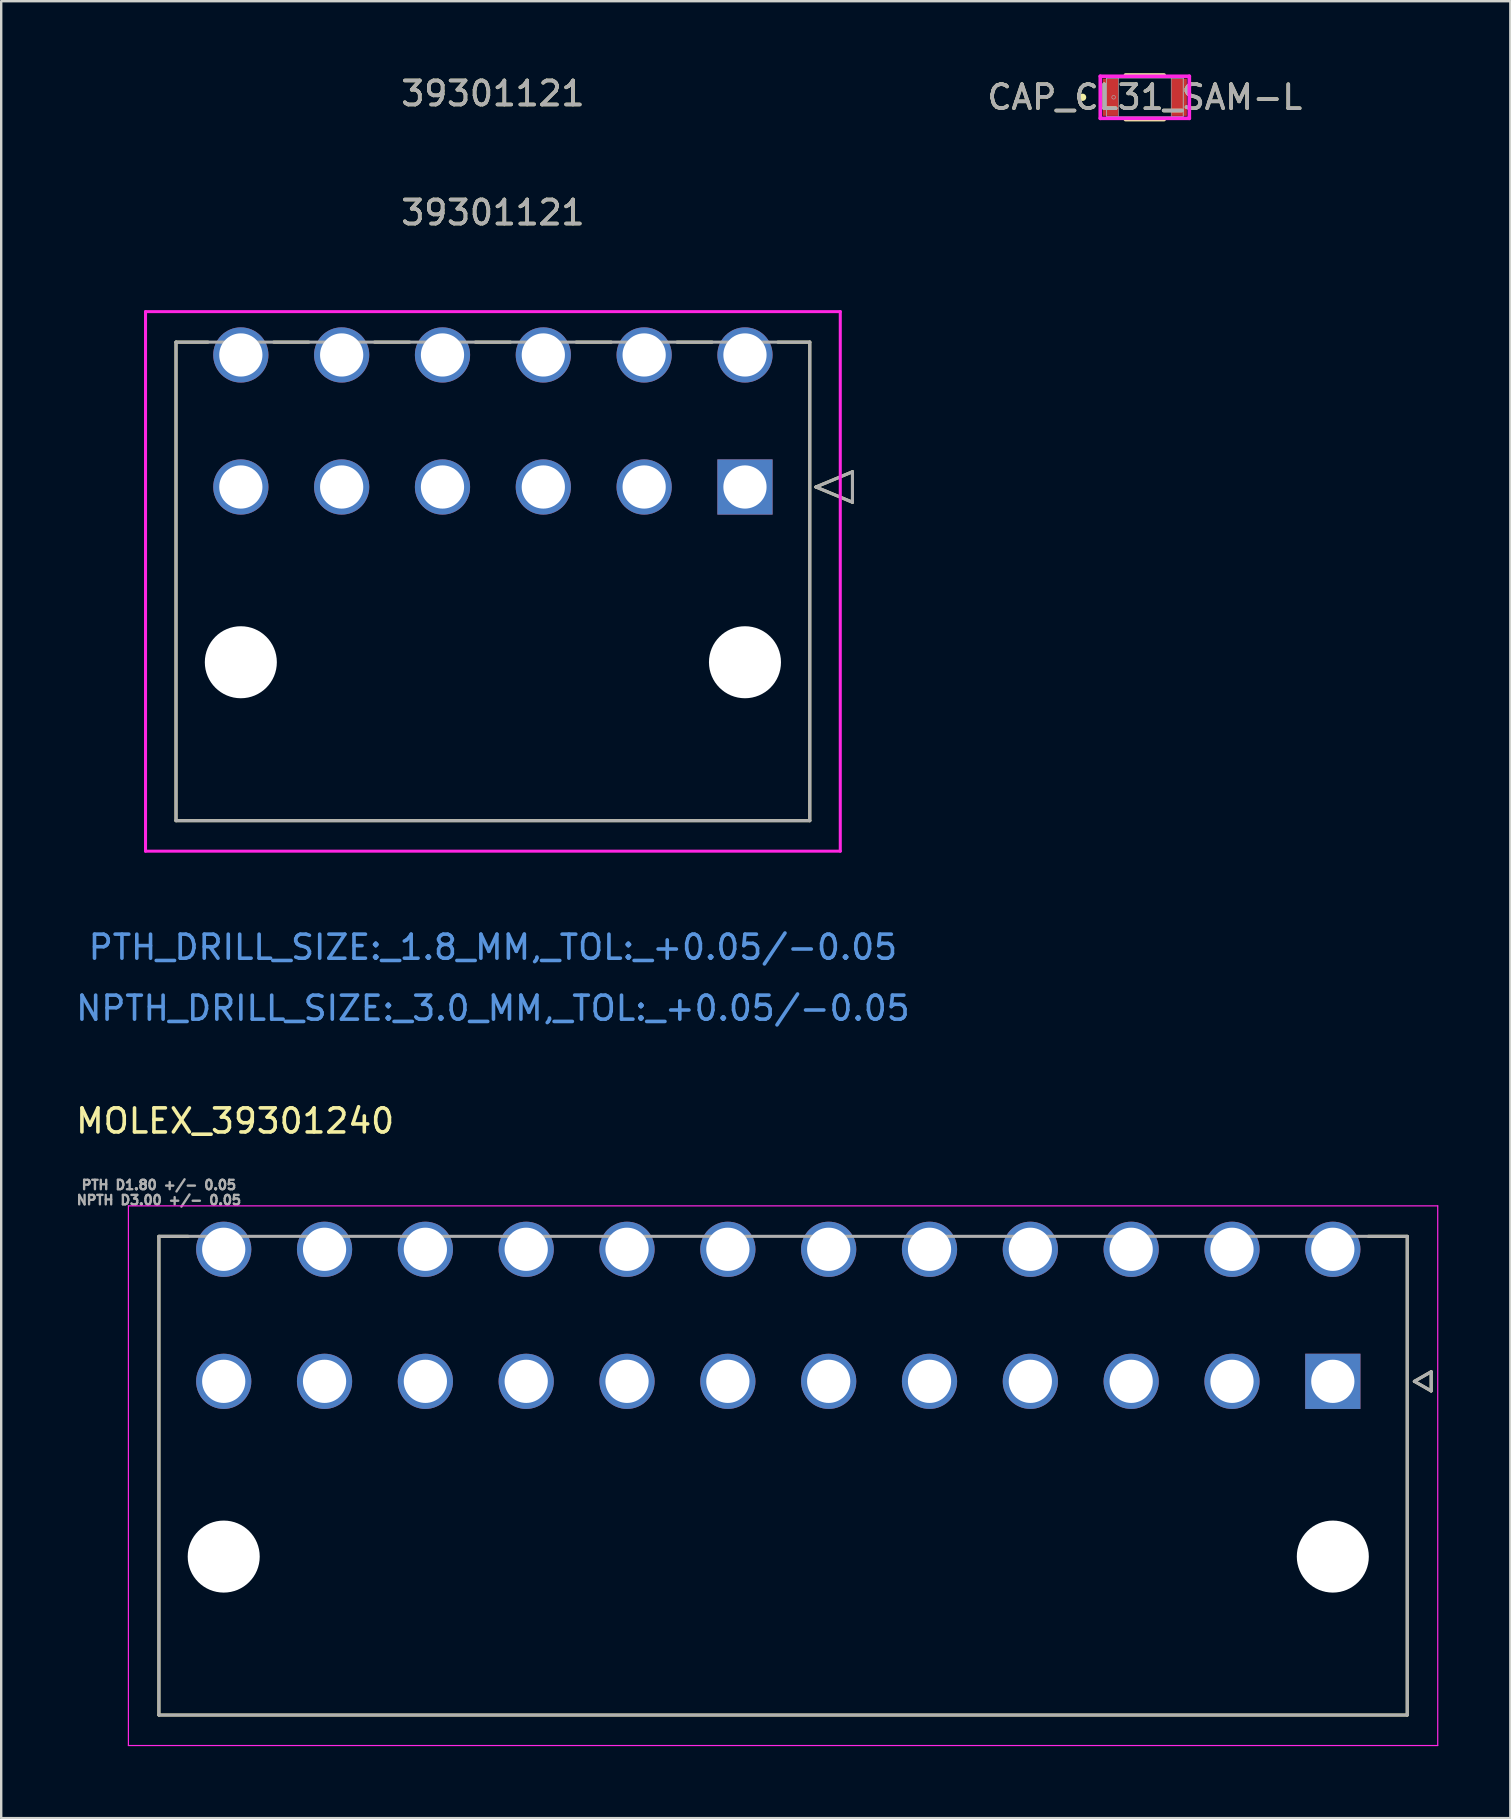
<source format=kicad_pcb>
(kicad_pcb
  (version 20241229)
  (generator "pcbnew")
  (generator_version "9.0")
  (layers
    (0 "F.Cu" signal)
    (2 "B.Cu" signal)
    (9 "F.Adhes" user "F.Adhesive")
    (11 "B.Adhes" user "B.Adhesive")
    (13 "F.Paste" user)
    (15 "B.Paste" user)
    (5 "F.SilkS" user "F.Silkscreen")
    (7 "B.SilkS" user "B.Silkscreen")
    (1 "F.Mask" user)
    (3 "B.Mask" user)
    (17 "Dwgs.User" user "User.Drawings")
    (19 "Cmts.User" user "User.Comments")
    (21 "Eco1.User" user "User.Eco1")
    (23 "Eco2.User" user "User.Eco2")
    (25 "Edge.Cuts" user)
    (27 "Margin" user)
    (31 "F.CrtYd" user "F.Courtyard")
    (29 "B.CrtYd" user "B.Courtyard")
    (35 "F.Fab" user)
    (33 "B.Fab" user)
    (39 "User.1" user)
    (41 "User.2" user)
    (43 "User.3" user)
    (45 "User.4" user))
  (footprint "MOLEX_39301240"
    (layer "F.Cu")
    (at 52.469 54.49)
    (property "Reference" "MOLEX_39301240" (at -45.725 -10.845 0) (layer "F.SilkS") (effects (font (size 1 1) (thickness 0.15))))
    (attr through_hole)
    (fp_circle (center -46.2 -5.5) (end -45.587 -5.5) (stroke (width 1.226) (type solid)) (fill no) (layer "F.Mask"))
    (fp_circle (center -46.2 0) (end -45.587 0) (stroke (width 1.226) (type solid)) (fill no) (layer "F.Mask"))
    (fp_circle (center -46.2 7.3) (end -45.412 7.3) (stroke (width 1.576) (type solid)) (fill no) (layer "F.Mask"))
    (fp_circle (center -42 -5.5) (end -41.387 -5.5) (stroke (width 1.226) (type solid)) (fill no) (layer "F.Mask"))
    (fp_circle (center -42 0) (end -41.387 0) (stroke (width 1.226) (type solid)) (fill no) (layer "F.Mask"))
    (fp_circle (center -37.8 -5.5) (end -37.187 -5.5) (stroke (width 1.226) (type solid)) (fill no) (layer "F.Mask"))
    (fp_circle (center -37.8 0) (end -37.187 0) (stroke (width 1.226) (type solid)) (fill no) (layer "F.Mask"))
    (fp_circle (center -33.6 -5.5) (end -32.987 -5.5) (stroke (width 1.226) (type solid)) (fill no) (layer "F.Mask"))
    (fp_circle (center -33.6 0) (end -32.987 0) (stroke (width 1.226) (type solid)) (fill no) (layer "F.Mask"))
    (fp_circle (center -29.4 -5.5) (end -28.787 -5.5) (stroke (width 1.226) (type solid)) (fill no) (layer "F.Mask"))
    (fp_circle (center -29.4 0) (end -28.787 0) (stroke (width 1.226) (type solid)) (fill no) (layer "F.Mask"))
    (fp_circle (center -25.2 -5.5) (end -24.587 -5.5) (stroke (width 1.226) (type solid)) (fill no) (layer "F.Mask"))
    (fp_circle (center -25.2 0) (end -24.587 0) (stroke (width 1.226) (type solid)) (fill no) (layer "F.Mask"))
    (fp_circle (center -21 -5.5) (end -20.387 -5.5) (stroke (width 1.226) (type solid)) (fill no) (layer "F.Mask"))
    (fp_circle (center -21 0) (end -20.387 0) (stroke (width 1.226) (type solid)) (fill no) (layer "F.Mask"))
    (fp_circle (center -16.8 -5.5) (end -16.187 -5.5) (stroke (width 1.226) (type solid)) (fill no) (layer "F.Mask"))
    (fp_circle (center -16.8 0) (end -16.187 0) (stroke (width 1.226) (type solid)) (fill no) (layer "F.Mask"))
    (fp_circle (center -12.6 -5.5) (end -11.987 -5.5) (stroke (width 1.226) (type solid)) (fill no) (layer "F.Mask"))
    (fp_circle (center -12.6 0) (end -11.987 0) (stroke (width 1.226) (type solid)) (fill no) (layer "F.Mask"))
    (fp_circle (center -8.4 -5.5) (end -7.787 -5.5) (stroke (width 1.226) (type solid)) (fill no) (layer "F.Mask"))
    (fp_circle (center -8.4 0) (end -7.787 0) (stroke (width 1.226) (type solid)) (fill no) (layer "F.Mask"))
    (fp_circle (center -4.2 -5.5) (end -3.587 -5.5) (stroke (width 1.226) (type solid)) (fill no) (layer "F.Mask"))
    (fp_circle (center -4.2 0) (end -3.587 0) (stroke (width 1.226) (type solid)) (fill no) (layer "F.Mask"))
    (fp_circle (center 0 -5.5) (end 0.613 -5.5) (stroke (width 1.226) (type solid)) (fill no) (layer "F.Mask"))
    (fp_circle (center 0 7.3) (end 0.788 7.3) (stroke (width 1.576) (type solid)) (fill no) (layer "F.Mask"))
    (fp_poly (pts (xy -1.226 -1.226) (xy 1.226 -1.226) (xy 1.226 1.226) (xy -1.226 1.226)) (stroke (width 0.01) (type solid)) (fill yes) (layer "F.Mask"))
    (fp_circle (center -46.2 -5.5) (end -45.587 -5.5) (stroke (width 1.226) (type solid)) (fill no) (layer "B.Mask"))
    (fp_circle (center -46.2 0) (end -45.587 0) (stroke (width 1.226) (type solid)) (fill no) (layer "B.Mask"))
    (fp_circle (center -46.2 7.3) (end -45.412 7.3) (stroke (width 1.576) (type solid)) (fill no) (layer "B.Mask"))
    (fp_circle (center -42 -5.5) (end -41.387 -5.5) (stroke (width 1.226) (type solid)) (fill no) (layer "B.Mask"))
    (fp_circle (center -42 0) (end -41.387 0) (stroke (width 1.226) (type solid)) (fill no) (layer "B.Mask"))
    (fp_circle (center -37.8 -5.5) (end -37.187 -5.5) (stroke (width 1.226) (type solid)) (fill no) (layer "B.Mask"))
    (fp_circle (center -37.8 0) (end -37.187 0) (stroke (width 1.226) (type solid)) (fill no) (layer "B.Mask"))
    (fp_circle (center -33.6 -5.5) (end -32.987 -5.5) (stroke (width 1.226) (type solid)) (fill no) (layer "B.Mask"))
    (fp_circle (center -33.6 0) (end -32.987 0) (stroke (width 1.226) (type solid)) (fill no) (layer "B.Mask"))
    (fp_circle (center -29.4 -5.5) (end -28.787 -5.5) (stroke (width 1.226) (type solid)) (fill no) (layer "B.Mask"))
    (fp_circle (center -29.4 0) (end -28.787 0) (stroke (width 1.226) (type solid)) (fill no) (layer "B.Mask"))
    (fp_circle (center -25.2 -5.5) (end -24.587 -5.5) (stroke (width 1.226) (type solid)) (fill no) (layer "B.Mask"))
    (fp_circle (center -25.2 0) (end -24.587 0) (stroke (width 1.226) (type solid)) (fill no) (layer "B.Mask"))
    (fp_circle (center -21 -5.5) (end -20.387 -5.5) (stroke (width 1.226) (type solid)) (fill no) (layer "B.Mask"))
    (fp_circle (center -21 0) (end -20.387 0) (stroke (width 1.226) (type solid)) (fill no) (layer "B.Mask"))
    (fp_circle (center -16.8 -5.5) (end -16.187 -5.5) (stroke (width 1.226) (type solid)) (fill no) (layer "B.Mask"))
    (fp_circle (center -16.8 0) (end -16.187 0) (stroke (width 1.226) (type solid)) (fill no) (layer "B.Mask"))
    (fp_circle (center -12.6 -5.5) (end -11.987 -5.5) (stroke (width 1.226) (type solid)) (fill no) (layer "B.Mask"))
    (fp_circle (center -12.6 0) (end -11.987 0) (stroke (width 1.226) (type solid)) (fill no) (layer "B.Mask"))
    (fp_circle (center -8.4 -5.5) (end -7.787 -5.5) (stroke (width 1.226) (type solid)) (fill no) (layer "B.Mask"))
    (fp_circle (center -8.4 0) (end -7.787 0) (stroke (width 1.226) (type solid)) (fill no) (layer "B.Mask"))
    (fp_circle (center -4.2 -5.5) (end -3.587 -5.5) (stroke (width 1.226) (type solid)) (fill no) (layer "B.Mask"))
    (fp_circle (center -4.2 0) (end -3.587 0) (stroke (width 1.226) (type solid)) (fill no) (layer "B.Mask"))
    (fp_circle (center 0 -5.5) (end 0.613 -5.5) (stroke (width 1.226) (type solid)) (fill no) (layer "B.Mask"))
    (fp_circle (center 0 7.3) (end 0.788 7.3) (stroke (width 1.576) (type solid)) (fill no) (layer "B.Mask"))
    (fp_poly (pts (xy -1.226 -1.226) (xy 1.226 -1.226) (xy 1.226 1.226) (xy -1.226 1.226)) (stroke (width 0.01) (type solid)) (fill yes) (layer "B.Mask"))
    (fp_line (start -48.9 -6.04) (end -47.676 -6.04) (stroke (width 0.127) (type solid)) (layer "F.SilkS"))
    (fp_line (start -48.9 13.9) (end -48.9 -6.04) (stroke (width 0.127) (type solid)) (layer "F.SilkS"))
    (fp_line (start 3.1 -6.04) (end 1.476 -6.04) (stroke (width 0.127) (type solid)) (layer "F.SilkS"))
    (fp_line (start 3.1 -6.04) (end 3.1 13.9) (stroke (width 0.127) (type solid)) (layer "F.SilkS"))
    (fp_line (start 3.1 13.9) (end -48.9 13.9) (stroke (width 0.127) (type solid)) (layer "F.SilkS"))
    (fp_line (start 3.397 0) (end 4.097 0.4) (stroke (width 0.127) (type solid)) (layer "F.SilkS"))
    (fp_line (start 4.097 -0.4) (end 3.397 0) (stroke (width 0.127) (type solid)) (layer "F.SilkS"))
    (fp_line (start 4.097 0.4) (end 4.097 -0.4) (stroke (width 0.127) (type solid)) (layer "F.SilkS"))
    (fp_line (start -50.17 -7.31) (end 4.37 -7.31) (stroke (width 0.05) (type solid)) (layer "F.CrtYd"))
    (fp_line (start -50.17 15.17) (end -50.17 -7.31) (stroke (width 0.05) (type solid)) (layer "F.CrtYd"))
    (fp_line (start 4.37 -7.31) (end 4.37 15.17) (stroke (width 0.05) (type solid)) (layer "F.CrtYd"))
    (fp_line (start 4.37 15.17) (end -50.17 15.17) (stroke (width 0.05) (type solid)) (layer "F.CrtYd"))
    (fp_line (start -48.9 -6.04) (end 3.1 -6.04) (stroke (width 0.127) (type solid)) (layer "F.Fab"))
    (fp_line (start -48.9 13.9) (end -48.9 -6.04) (stroke (width 0.127) (type solid)) (layer "F.Fab"))
    (fp_line (start 3.1 -6.04) (end 3.1 13.9) (stroke (width 0.127) (type solid)) (layer "F.Fab"))
    (fp_line (start 3.1 13.9) (end -48.9 13.9) (stroke (width 0.127) (type solid)) (layer "F.Fab"))
    (fp_line (start 3.397 0) (end 4.097 0.4) (stroke (width 0.127) (type solid)) (layer "F.Fab"))
    (fp_line (start 4.097 -0.4) (end 3.397 0) (stroke (width 0.127) (type solid)) (layer "F.Fab"))
    (fp_line (start 4.097 0.4) (end 4.097 -0.4) (stroke (width 0.127) (type solid)) (layer "F.Fab"))
    (fp_text user "NPTH D3.00 +/- 0.05" (at -48.9 -7.55 0) (layer "F.Fab") (effects (font (size 0.394 0.394) (thickness 0.15))))
    (fp_text user "PTH D1.80 +/- 0.05" (at -48.9 -8.18 0) (layer "F.Fab") (effects (font (size 0.394 0.394) (thickness 0.15))))
    (pad "" np_thru_hole circle (at -46.2 7.3) (size 3 3) (drill 3) (layers "*.Cu" "*.Mask"))
    (pad "" np_thru_hole circle (at 0 7.3) (size 3 3) (drill 3) (layers "*.Cu" "*.Mask"))
    (pad "1" thru_hole rect (at 0 0) (size 2.3 2.3) (drill 1.8) (layers "*.Cu"))
    (pad "2" thru_hole circle (at -4.2 0) (size 2.3 2.3) (drill 1.8) (layers "*.Cu"))
    (pad "3" thru_hole circle (at -8.4 0) (size 2.3 2.3) (drill 1.8) (layers "*.Cu"))
    (pad "4" thru_hole circle (at -12.6 0) (size 2.3 2.3) (drill 1.8) (layers "*.Cu"))
    (pad "5" thru_hole circle (at -16.8 0) (size 2.3 2.3) (drill 1.8) (layers "*.Cu"))
    (pad "6" thru_hole circle (at -21 0) (size 2.3 2.3) (drill 1.8) (layers "*.Cu"))
    (pad "7" thru_hole circle (at -25.2 0) (size 2.3 2.3) (drill 1.8) (layers "*.Cu"))
    (pad "8" thru_hole circle (at -29.4 0) (size 2.3 2.3) (drill 1.8) (layers "*.Cu"))
    (pad "9" thru_hole circle (at -33.6 0) (size 2.3 2.3) (drill 1.8) (layers "*.Cu"))
    (pad "10" thru_hole circle (at -37.8 0) (size 2.3 2.3) (drill 1.8) (layers "*.Cu"))
    (pad "11" thru_hole circle (at -42 0) (size 2.3 2.3) (drill 1.8) (layers "*.Cu"))
    (pad "12" thru_hole circle (at -46.2 0) (size 2.3 2.3) (drill 1.8) (layers "*.Cu"))
    (pad "13" thru_hole circle (at 0 -5.5) (size 2.3 2.3) (drill 1.8) (layers "*.Cu"))
    (pad "14" thru_hole circle (at -4.2 -5.5) (size 2.3 2.3) (drill 1.8) (layers "*.Cu"))
    (pad "15" thru_hole circle (at -8.4 -5.5) (size 2.3 2.3) (drill 1.8) (layers "*.Cu"))
    (pad "16" thru_hole circle (at -12.6 -5.5) (size 2.3 2.3) (drill 1.8) (layers "*.Cu"))
    (pad "17" thru_hole circle (at -16.8 -5.5) (size 2.3 2.3) (drill 1.8) (layers "*.Cu"))
    (pad "18" thru_hole circle (at -21 -5.5) (size 2.3 2.3) (drill 1.8) (layers "*.Cu"))
    (pad "19" thru_hole circle (at -25.2 -5.5) (size 2.3 2.3) (drill 1.8) (layers "*.Cu"))
    (pad "20" thru_hole circle (at -29.4 -5.5) (size 2.3 2.3) (drill 1.8) (layers "*.Cu"))
    (pad "21" thru_hole circle (at -33.6 -5.5) (size 2.3 2.3) (drill 1.8) (layers "*.Cu"))
    (pad "22" thru_hole circle (at -37.8 -5.5) (size 2.3 2.3) (drill 1.8) (layers "*.Cu"))
    (pad "23" thru_hole circle (at -42 -5.5) (size 2.3 2.3) (drill 1.8) (layers "*.Cu"))
    (pad "24" thru_hole circle (at -46.2 -5.5) (size 2.3 2.3) (drill 1.8) (layers "*.Cu")))
  (footprint "CAP_CL31_SAM-L"
    (layer "F.Cu")
    (at 44.637 1.003)
    (property "Reference" "CAP_CL31_SAM-L" (at 0 0 0) (unlocked yes) (layer "F.SilkS") (effects (font (size 1 1) (thickness 0.15))))
    (attr smd)
    (fp_line (start -0.804 0.927) (end 0.804 0.927) (stroke (width 0.152) (type solid)) (layer "F.SilkS"))
    (fp_line (start 0.804 -0.927) (end -0.804 -0.927) (stroke (width 0.152) (type solid)) (layer "F.SilkS"))
    (fp_circle (center -2.591 0) (end -2.514 0) (stroke (width 0.152) (type solid)) (fill no) (layer "F.SilkS"))
    (fp_line (start -1.854 -0.876) (end 1.854 -0.876) (stroke (width 0.152) (type solid)) (layer "F.CrtYd"))
    (fp_line (start -1.854 0.876) (end -1.854 -0.876) (stroke (width 0.152) (type solid)) (layer "F.CrtYd"))
    (fp_line (start 1.854 -0.876) (end 1.854 0.876) (stroke (width 0.152) (type solid)) (layer "F.CrtYd"))
    (fp_line (start 1.854 0.876) (end -1.854 0.876) (stroke (width 0.152) (type solid)) (layer "F.CrtYd"))
    (fp_line (start -1.6 -0.8) (end -1.6 0.8) (stroke (width 0.025) (type solid)) (layer "F.Fab"))
    (fp_line (start -1.6 -0.8) (end -1.6 0.8) (stroke (width 0.025) (type solid)) (layer "F.Fab"))
    (fp_line (start -1.6 0.8) (end -1.1 0.8) (stroke (width 0.025) (type solid)) (layer "F.Fab"))
    (fp_line (start -1.6 0.8) (end 1.6 0.8) (stroke (width 0.025) (type solid)) (layer "F.Fab"))
    (fp_line (start -1.1 -0.8) (end -1.6 -0.8) (stroke (width 0.025) (type solid)) (layer "F.Fab"))
    (fp_line (start -1.1 0.8) (end -1.1 -0.8) (stroke (width 0.025) (type solid)) (layer "F.Fab"))
    (fp_line (start 1.1 -0.8) (end 1.1 0.8) (stroke (width 0.025) (type solid)) (layer "F.Fab"))
    (fp_line (start 1.1 0.8) (end 1.6 0.8) (stroke (width 0.025) (type solid)) (layer "F.Fab"))
    (fp_line (start 1.6 -0.8) (end -1.6 -0.8) (stroke (width 0.025) (type solid)) (layer "F.Fab"))
    (fp_line (start 1.6 -0.8) (end 1.1 -0.8) (stroke (width 0.025) (type solid)) (layer "F.Fab"))
    (fp_line (start 1.6 0.8) (end 1.6 -0.8) (stroke (width 0.025) (type solid)) (layer "F.Fab"))
    (fp_line (start 1.6 0.8) (end 1.6 -0.8) (stroke (width 0.025) (type solid)) (layer "F.Fab"))
    (fp_circle (center -1.299 0) (end -1.223 0) (stroke (width 0.025) (type solid)) (fill no) (layer "F.Fab"))
    (fp_text user "${REFERENCE}" (at 0 0 0) (unlocked yes) (layer "F.Fab") (effects (font (size 1 1) (thickness 0.15))))
    (pad "1" smd rect (at -1.426 0) (size 0.652 1.549) (layers "F.Cu" "F.Mask" "F.Paste"))
    (pad "2" smd rect (at 1.426 0) (size 0.652 1.549) (layers "F.Cu" "F.Mask" "F.Paste"))
    (zone (net_name "") (layer "F.Cu") (hatch full 0.508) (connect_pads) (min_thickness 0.254) (filled_areas_thickness no) (keepout (tracks not_allowed) (vias not_allowed) (pads allowed) (copperpour not_allowed) (footprints allowed)) (placement (enabled no)) (fill) (polygon (pts (xy 43.588 0.254) (xy 45.686 0.254) (xy 45.686 1.752) (xy 43.588 1.752)))))
  (footprint "39301121"
    (layer "F.Cu")
    (at 27.982 17.236)
    (property "Reference" "39301121" (at -10.5 -11.43 0) (unlocked yes) (layer "F.SilkS") (effects (font (size 1 1) (thickness 0.15))))
    (attr through_hole)
    (fp_line (start -23.7 -6.035) (end -23.7 13.9) (stroke (width 0.127) (type solid)) (layer "F.SilkS"))
    (fp_line (start -23.7 13.9) (end 2.7 13.9) (stroke (width 0.127) (type solid)) (layer "F.SilkS"))
    (fp_line (start -22.369 -6.035) (end -23.7 -6.035) (stroke (width 0.127) (type solid)) (layer "F.SilkS"))
    (fp_line (start -18.169 -6.035) (end -19.631 -6.035) (stroke (width 0.127) (type solid)) (layer "F.SilkS"))
    (fp_line (start -13.969 -6.035) (end -15.431 -6.035) (stroke (width 0.127) (type solid)) (layer "F.SilkS"))
    (fp_line (start -9.769 -6.035) (end -11.231 -6.035) (stroke (width 0.127) (type solid)) (layer "F.SilkS"))
    (fp_line (start -5.569 -6.035) (end -7.031 -6.035) (stroke (width 0.127) (type solid)) (layer "F.SilkS"))
    (fp_line (start -1.369 -6.035) (end -2.831 -6.035) (stroke (width 0.127) (type solid)) (layer "F.SilkS"))
    (fp_line (start 2.7 -6.035) (end 1.369 -6.035) (stroke (width 0.127) (type solid)) (layer "F.SilkS"))
    (fp_line (start 2.7 13.9) (end 2.7 -6.035) (stroke (width 0.127) (type solid)) (layer "F.SilkS"))
    (fp_line (start 2.954 0) (end 4.478 -0.635) (stroke (width 0.127) (type solid)) (layer "F.SilkS"))
    (fp_line (start 4.478 -0.635) (end 4.478 0.635) (stroke (width 0.127) (type solid)) (layer "F.SilkS"))
    (fp_line (start 4.478 0.635) (end 2.954 0) (stroke (width 0.127) (type solid)) (layer "F.SilkS"))
    (fp_line (start -24.97 -7.305) (end -24.97 15.17) (stroke (width 0.127) (type solid)) (layer "F.CrtYd"))
    (fp_line (start -24.97 15.17) (end 3.97 15.17) (stroke (width 0.127) (type solid)) (layer "F.CrtYd"))
    (fp_line (start 3.97 -7.305) (end -24.97 -7.305) (stroke (width 0.127) (type solid)) (layer "F.CrtYd"))
    (fp_line (start 3.97 15.17) (end 3.97 -7.305) (stroke (width 0.127) (type solid)) (layer "F.CrtYd"))
    (fp_line (start -23.7 -6.035) (end -23.7 13.9) (stroke (width 0.127) (type solid)) (layer "F.Fab"))
    (fp_line (start -23.7 13.9) (end 2.7 13.9) (stroke (width 0.127) (type solid)) (layer "F.Fab"))
    (fp_line (start 2.7 -6.035) (end -23.7 -6.035) (stroke (width 0.127) (type solid)) (layer "F.Fab"))
    (fp_line (start 2.7 13.9) (end 2.7 -6.035) (stroke (width 0.127) (type solid)) (layer "F.Fab"))
    (fp_line (start 2.954 0) (end 4.478 -0.635) (stroke (width 0.127) (type solid)) (layer "F.Fab"))
    (fp_line (start 4.478 -0.635) (end 4.478 0.635) (stroke (width 0.127) (type solid)) (layer "F.Fab"))
    (fp_line (start 4.478 0.635) (end 2.954 0) (stroke (width 0.127) (type solid)) (layer "F.Fab"))
    (fp_text user "39301121" (at -10.5 -16.388 0) (unlocked yes) (layer "F.SilkS") (effects (font (size 1 1) (thickness 0.15))))
    (fp_text user "PTH_DRILL_SIZE:_1.8_MM,_TOL:_+0.05/-0.05" (at -10.5 19.172 0) (unlocked yes) (layer "Cmts.User") (effects (font (size 1 1) (thickness 0.15))))
    (fp_text user "NPTH_DRILL_SIZE:_3.0_MM,_TOL:_+0.05/-0.05" (at -10.5 21.712 0) (unlocked yes) (layer "Cmts.User") (effects (font (size 1 1) (thickness 0.15))))
    (fp_text user "${REFERENCE}" (at -10.5 -11.43 0) (unlocked yes) (layer "F.Fab") (effects (font (size 1 1) (thickness 0.15))))
    (fp_text user "39301121" (at -10.5 -16.388 0) (unlocked yes) (layer "F.Fab") (effects (font (size 1 1) (thickness 0.15))))
    (pad "" np_thru_hole circle (at -21 7.3) (size 3 3) (drill 3) (layers "*.Cu" "*.Mask"))
    (pad "" np_thru_hole circle (at 0 7.3) (size 3 3) (drill 3) (layers "*.Cu" "*.Mask"))
    (pad "1" thru_hole rect (at 0 0) (size 2.3 2.3) (drill 1.8) (layers "*.Cu" "*.Mask"))
    (pad "2" thru_hole circle (at -4.2 0) (size 2.3 2.3) (drill 1.8) (layers "*.Cu" "*.Mask"))
    (pad "3" thru_hole circle (at -8.4 0) (size 2.3 2.3) (drill 1.8) (layers "*.Cu" "*.Mask"))
    (pad "4" thru_hole circle (at -12.6 0) (size 2.3 2.3) (drill 1.8) (layers "*.Cu" "*.Mask"))
    (pad "5" thru_hole circle (at -16.8 0) (size 2.3 2.3) (drill 1.8) (layers "*.Cu" "*.Mask"))
    (pad "6" thru_hole circle (at -21 0) (size 2.3 2.3) (drill 1.8) (layers "*.Cu" "*.Mask"))
    (pad "7" thru_hole circle (at 0 -5.5) (size 2.3 2.3) (drill 1.8) (layers "*.Cu" "*.Mask"))
    (pad "8" thru_hole circle (at -4.2 -5.5) (size 2.3 2.3) (drill 1.8) (layers "*.Cu" "*.Mask"))
    (pad "9" thru_hole circle (at -8.4 -5.5) (size 2.3 2.3) (drill 1.8) (layers "*.Cu" "*.Mask"))
    (pad "10" thru_hole circle (at -12.6 -5.5) (size 2.3 2.3) (drill 1.8) (layers "*.Cu" "*.Mask"))
    (pad "11" thru_hole circle (at -16.8 -5.5) (size 2.3 2.3) (drill 1.8) (layers "*.Cu" "*.Mask"))
    (pad "12" thru_hole circle (at -21 -5.5) (size 2.3 2.3) (drill 1.8) (layers "*.Cu" "*.Mask")))
  (gr_rect
    (start -3 -3)
    (end 59.864 72.685)
    (stroke (width 0.1) (type default))
    (fill no)
    (layer "Edge.Cuts")))
</source>
